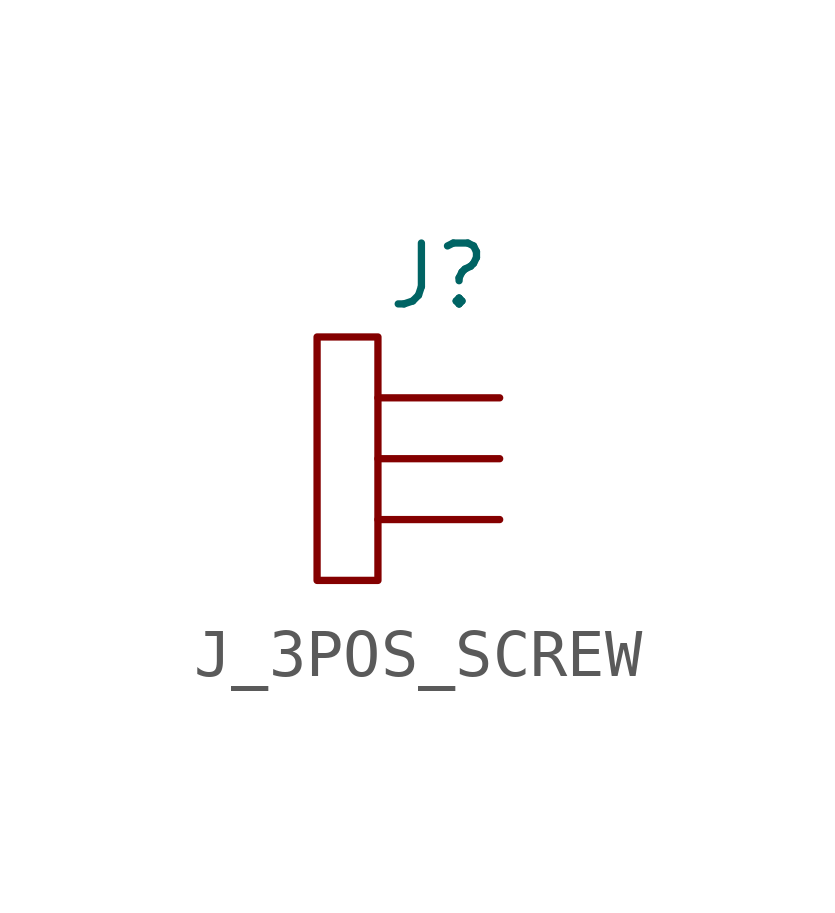
<source format=kicad_sym>
(kicad_symbol_lib
  (version 20220914)
  (generator kicad_symbol_editor)
  (symbol "J_3POS_SCREW"
    (pin_numbers hide)
    (pin_names
      (offset 0) hide)
    (property "Reference" "J"
      (at 0 3.81 0)
      (effects (font (size 1.27 1.27))))
    (symbol "J_3POS_SCREW_0_0"
      (pin bidirectional line (at 1.27 1.27 180) (length 2.54) (name "~" (effects (font (size 1.016 1.016)))) (number "1" (effects (font (size 1.016 1.016)))))
      (pin bidirectional line (at 1.27 0 180) (length 2.54) (name "~" (effects (font (size 1.016 1.016)))) (number "2" (effects (font (size 1.016 1.016)))))
      (pin bidirectional line (at 1.27 -1.27 180) (length 2.54) (name "~" (effects (font (size 1.016 1.016)))) (number "3" (effects (font (size 1.016 1.016))))))
    (symbol "J_3POS_SCREW_0_1"
      (rectangle (start -2.54 2.54) (end -1.27 -2.54) (stroke (width 0) (type solid)) (fill (type none))))))
</source>
